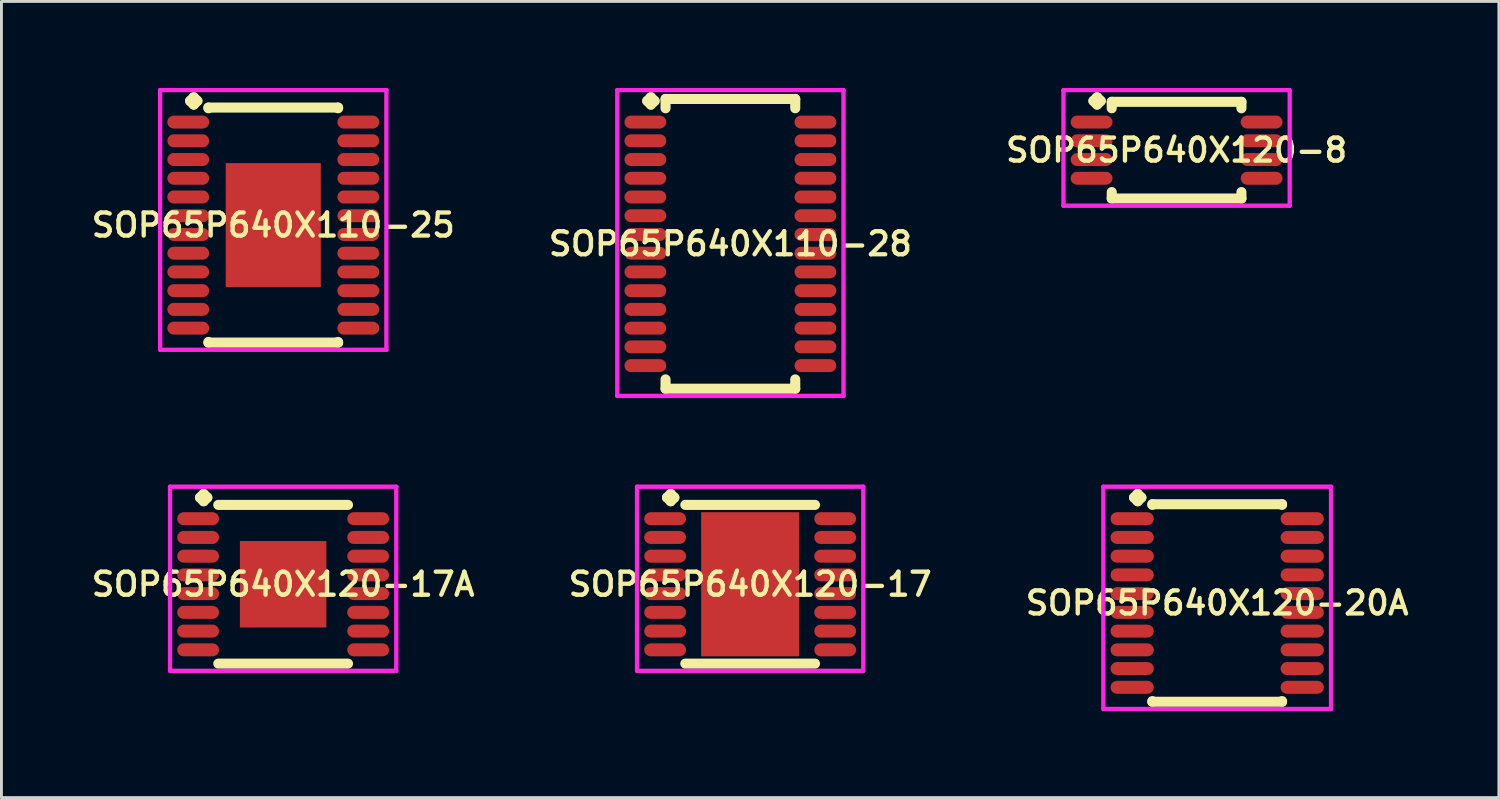
<source format=kicad_pcb>
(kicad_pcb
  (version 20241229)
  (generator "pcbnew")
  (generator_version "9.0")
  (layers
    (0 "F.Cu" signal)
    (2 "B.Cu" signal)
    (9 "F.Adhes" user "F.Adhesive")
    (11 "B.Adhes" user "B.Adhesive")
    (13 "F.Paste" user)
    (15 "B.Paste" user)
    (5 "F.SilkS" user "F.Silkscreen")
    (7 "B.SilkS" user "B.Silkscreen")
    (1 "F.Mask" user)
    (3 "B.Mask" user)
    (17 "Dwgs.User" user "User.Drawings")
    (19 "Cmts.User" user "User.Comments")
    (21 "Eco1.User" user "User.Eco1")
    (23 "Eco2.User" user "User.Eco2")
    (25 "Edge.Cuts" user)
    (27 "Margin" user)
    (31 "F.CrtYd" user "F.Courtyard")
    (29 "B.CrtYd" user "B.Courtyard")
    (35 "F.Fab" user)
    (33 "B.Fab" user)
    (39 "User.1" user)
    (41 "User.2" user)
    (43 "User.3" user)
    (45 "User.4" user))
  (footprint "SOP65P640X120-17"
    (layer "F.Cu")
    (at 22.978 17.222)
    (property "Reference" "SOP65P640X120-17" (at 0 0 0) (layer "F.SilkS") (effects (font (size 0.8 0.8) (thickness 0.15))))
    (attr smd)
    (fp_line (start -2.885 -3.008) (end -2.758 -3.135) (stroke (width 0.35) (type solid)) (layer "F.SilkS"))
    (fp_line (start -2.758 -3.135) (end -2.631 -3.008) (stroke (width 0.35) (type solid)) (layer "F.SilkS"))
    (fp_line (start -2.758 -2.881) (end -2.885 -3.008) (stroke (width 0.35) (type solid)) (layer "F.SilkS"))
    (fp_line (start -2.631 -3.008) (end -2.758 -2.881) (stroke (width 0.35) (type solid)) (layer "F.SilkS"))
    (fp_line (start -2.25 -2.754) (end 2.25 -2.754) (stroke (width 0.35) (type solid)) (layer "F.SilkS"))
    (fp_line (start -2.25 2.754) (end 2.25 2.754) (stroke (width 0.35) (type solid)) (layer "F.SilkS"))
    (fp_line (start -3.925 -3.385) (end 3.925 -3.385) (stroke (width 0.15) (type solid)) (layer "F.CrtYd"))
    (fp_line (start -3.925 3.004) (end -3.925 -3.385) (stroke (width 0.15) (type solid)) (layer "F.CrtYd"))
    (fp_line (start 3.925 -3.385) (end 3.925 3.004) (stroke (width 0.15) (type solid)) (layer "F.CrtYd"))
    (fp_line (start 3.925 3.004) (end -3.925 3.004) (stroke (width 0.15) (type solid)) (layer "F.CrtYd"))
    (pad "1" smd oval (at -2.95 -2.275) (size 1.45 0.45) (layers "F.Cu" "F.Mask" "F.Paste"))
    (pad "2" smd oval (at -2.95 -1.625) (size 1.45 0.45) (layers "F.Cu" "F.Mask" "F.Paste"))
    (pad "3" smd oval (at -2.95 -0.975) (size 1.45 0.45) (layers "F.Cu" "F.Mask" "F.Paste"))
    (pad "4" smd oval (at -2.95 -0.325) (size 1.45 0.45) (layers "F.Cu" "F.Mask" "F.Paste"))
    (pad "5" smd oval (at -2.95 0.325) (size 1.45 0.45) (layers "F.Cu" "F.Mask" "F.Paste"))
    (pad "6" smd oval (at -2.95 0.975) (size 1.45 0.45) (layers "F.Cu" "F.Mask" "F.Paste"))
    (pad "7" smd oval (at -2.95 1.625) (size 1.45 0.45) (layers "F.Cu" "F.Mask" "F.Paste"))
    (pad "8" smd oval (at -2.95 2.275) (size 1.45 0.45) (layers "F.Cu" "F.Mask" "F.Paste"))
    (pad "9" smd oval (at 2.95 2.275) (size 1.45 0.45) (layers "F.Cu" "F.Mask" "F.Paste"))
    (pad "10" smd oval (at 2.95 1.625) (size 1.45 0.45) (layers "F.Cu" "F.Mask" "F.Paste"))
    (pad "11" smd oval (at 2.95 0.975) (size 1.45 0.45) (layers "F.Cu" "F.Mask" "F.Paste"))
    (pad "12" smd oval (at 2.95 0.325) (size 1.45 0.45) (layers "F.Cu" "F.Mask" "F.Paste"))
    (pad "13" smd oval (at 2.95 -0.325) (size 1.45 0.45) (layers "F.Cu" "F.Mask" "F.Paste"))
    (pad "14" smd oval (at 2.95 -0.975) (size 1.45 0.45) (layers "F.Cu" "F.Mask" "F.Paste"))
    (pad "15" smd oval (at 2.95 -1.625) (size 1.45 0.45) (layers "F.Cu" "F.Mask" "F.Paste"))
    (pad "16" smd oval (at 2.95 -2.275) (size 1.45 0.45) (layers "F.Cu" "F.Mask" "F.Paste"))
    (pad "17" smd rect (at 0 0) (size 3.4 5) (layers "F.Cu" "F.Mask" "F.Paste")))
  (footprint "SOP65P640X120-20A"
    (layer "F.Cu")
    (at 39.182 17.872)
    (property "Reference" "SOP65P640X120-20A" (at 0 0 0) (layer "F.SilkS") (effects (font (size 0.8 0.8) (thickness 0.15))))
    (attr smd)
    (fp_line (start -2.885 -3.658) (end -2.758 -3.785) (stroke (width 0.35) (type solid)) (layer "F.SilkS"))
    (fp_line (start -2.758 -3.785) (end -2.631 -3.658) (stroke (width 0.35) (type solid)) (layer "F.SilkS"))
    (fp_line (start -2.758 -3.531) (end -2.885 -3.658) (stroke (width 0.35) (type solid)) (layer "F.SilkS"))
    (fp_line (start -2.631 -3.658) (end -2.758 -3.531) (stroke (width 0.35) (type solid)) (layer "F.SilkS"))
    (fp_line (start -2.25 -3.427) (end 2.25 -3.427) (stroke (width 0.35) (type solid)) (layer "F.SilkS"))
    (fp_line (start -2.25 -3.404) (end -2.25 -3.427) (stroke (width 0.35) (type solid)) (layer "F.SilkS"))
    (fp_line (start -2.25 3.404) (end -2.25 3.427) (stroke (width 0.35) (type solid)) (layer "F.SilkS"))
    (fp_line (start -2.25 3.427) (end 2.25 3.427) (stroke (width 0.35) (type solid)) (layer "F.SilkS"))
    (fp_line (start 2.25 -3.427) (end 2.25 -3.404) (stroke (width 0.35) (type solid)) (layer "F.SilkS"))
    (fp_line (start 2.25 3.427) (end 2.25 3.404) (stroke (width 0.35) (type solid)) (layer "F.SilkS"))
    (fp_line (start -3.95 -4.035) (end 3.95 -4.035) (stroke (width 0.15) (type solid)) (layer "F.CrtYd"))
    (fp_line (start -3.95 3.677) (end -3.95 -4.035) (stroke (width 0.15) (type solid)) (layer "F.CrtYd"))
    (fp_line (start 3.95 -4.035) (end 3.95 3.677) (stroke (width 0.15) (type solid)) (layer "F.CrtYd"))
    (fp_line (start 3.95 3.677) (end -3.95 3.677) (stroke (width 0.15) (type solid)) (layer "F.CrtYd"))
    (pad "1" smd oval (at -2.95 -2.925) (size 1.5 0.45) (layers "F.Cu" "F.Mask" "F.Paste"))
    (pad "2" smd oval (at -2.95 -2.275) (size 1.5 0.45) (layers "F.Cu" "F.Mask" "F.Paste"))
    (pad "3" smd oval (at -2.95 -1.625) (size 1.5 0.45) (layers "F.Cu" "F.Mask" "F.Paste"))
    (pad "4" smd oval (at -2.95 -0.975) (size 1.5 0.45) (layers "F.Cu" "F.Mask" "F.Paste"))
    (pad "5" smd oval (at -2.95 -0.325) (size 1.5 0.45) (layers "F.Cu" "F.Mask" "F.Paste"))
    (pad "6" smd oval (at -2.95 0.325) (size 1.5 0.45) (layers "F.Cu" "F.Mask" "F.Paste"))
    (pad "7" smd oval (at -2.95 0.975) (size 1.5 0.45) (layers "F.Cu" "F.Mask" "F.Paste"))
    (pad "8" smd oval (at -2.95 1.625) (size 1.5 0.45) (layers "F.Cu" "F.Mask" "F.Paste"))
    (pad "9" smd oval (at -2.95 2.275) (size 1.5 0.45) (layers "F.Cu" "F.Mask" "F.Paste"))
    (pad "10" smd oval (at -2.95 2.925) (size 1.5 0.45) (layers "F.Cu" "F.Mask" "F.Paste"))
    (pad "11" smd oval (at 2.95 2.925) (size 1.5 0.45) (layers "F.Cu" "F.Mask" "F.Paste"))
    (pad "12" smd oval (at 2.95 2.275) (size 1.5 0.45) (layers "F.Cu" "F.Mask" "F.Paste"))
    (pad "13" smd oval (at 2.95 1.625) (size 1.5 0.45) (layers "F.Cu" "F.Mask" "F.Paste"))
    (pad "14" smd oval (at 2.95 0.975) (size 1.5 0.45) (layers "F.Cu" "F.Mask" "F.Paste"))
    (pad "15" smd oval (at 2.95 0.325) (size 1.5 0.45) (layers "F.Cu" "F.Mask" "F.Paste"))
    (pad "16" smd oval (at 2.95 -0.325) (size 1.5 0.45) (layers "F.Cu" "F.Mask" "F.Paste"))
    (pad "17" smd oval (at 2.95 -0.975) (size 1.5 0.45) (layers "F.Cu" "F.Mask" "F.Paste"))
    (pad "18" smd oval (at 2.95 -1.625) (size 1.5 0.45) (layers "F.Cu" "F.Mask" "F.Paste"))
    (pad "19" smd oval (at 2.95 -2.275) (size 1.5 0.45) (layers "F.Cu" "F.Mask" "F.Paste"))
    (pad "20" smd oval (at 2.95 -2.925) (size 1.5 0.45) (layers "F.Cu" "F.Mask" "F.Paste")))
  (footprint "SOP65P640X120-8"
    (layer "F.Cu")
    (at 37.773 2.16)
    (property "Reference" "SOP65P640X120-8" (at 0 0 0) (layer "F.SilkS") (effects (font (size 0.8 0.8) (thickness 0.15))))
    (attr smd)
    (fp_line (start -2.885 -1.708) (end -2.758 -1.835) (stroke (width 0.35) (type solid)) (layer "F.SilkS"))
    (fp_line (start -2.758 -1.835) (end -2.631 -1.708) (stroke (width 0.35) (type solid)) (layer "F.SilkS"))
    (fp_line (start -2.758 -1.581) (end -2.885 -1.708) (stroke (width 0.35) (type solid)) (layer "F.SilkS"))
    (fp_line (start -2.631 -1.708) (end -2.758 -1.581) (stroke (width 0.35) (type solid)) (layer "F.SilkS"))
    (fp_line (start -2.25 -1.677) (end 2.25 -1.677) (stroke (width 0.35) (type solid)) (layer "F.SilkS"))
    (fp_line (start -2.25 -1.454) (end -2.25 -1.677) (stroke (width 0.35) (type solid)) (layer "F.SilkS"))
    (fp_line (start -2.25 1.454) (end -2.25 1.677) (stroke (width 0.35) (type solid)) (layer "F.SilkS"))
    (fp_line (start -2.25 1.677) (end 2.25 1.677) (stroke (width 0.35) (type solid)) (layer "F.SilkS"))
    (fp_line (start 2.25 -1.677) (end 2.25 -1.454) (stroke (width 0.35) (type solid)) (layer "F.SilkS"))
    (fp_line (start 2.25 1.677) (end 2.25 1.454) (stroke (width 0.35) (type solid)) (layer "F.SilkS"))
    (fp_line (start -3.925 -2.085) (end 3.925 -2.085) (stroke (width 0.15) (type solid)) (layer "F.CrtYd"))
    (fp_line (start -3.925 1.927) (end -3.925 -2.085) (stroke (width 0.15) (type solid)) (layer "F.CrtYd"))
    (fp_line (start 3.925 -2.085) (end 3.925 1.927) (stroke (width 0.15) (type solid)) (layer "F.CrtYd"))
    (fp_line (start 3.925 1.927) (end -3.925 1.927) (stroke (width 0.15) (type solid)) (layer "F.CrtYd"))
    (pad "1" smd oval (at -2.95 -0.975) (size 1.45 0.45) (layers "F.Cu" "F.Mask" "F.Paste"))
    (pad "2" smd oval (at -2.95 -0.325) (size 1.45 0.45) (layers "F.Cu" "F.Mask" "F.Paste"))
    (pad "3" smd oval (at -2.95 0.325) (size 1.45 0.45) (layers "F.Cu" "F.Mask" "F.Paste"))
    (pad "4" smd oval (at -2.95 0.975) (size 1.45 0.45) (layers "F.Cu" "F.Mask" "F.Paste"))
    (pad "5" smd oval (at 2.95 0.975) (size 1.45 0.45) (layers "F.Cu" "F.Mask" "F.Paste"))
    (pad "6" smd oval (at 2.95 0.325) (size 1.45 0.45) (layers "F.Cu" "F.Mask" "F.Paste"))
    (pad "7" smd oval (at 2.95 -0.325) (size 1.45 0.45) (layers "F.Cu" "F.Mask" "F.Paste"))
    (pad "8" smd oval (at 2.95 -0.975) (size 1.45 0.45) (layers "F.Cu" "F.Mask" "F.Paste")))
  (footprint "SOP65P640X110-25"
    (layer "F.Cu")
    (at 6.431 4.76)
    (property "Reference" "SOP65P640X110-25" (at 0 0 0) (layer "F.SilkS") (effects (font (size 0.8 0.8) (thickness 0.15))))
    (attr smd)
    (fp_line (start -2.885 -4.308) (end -2.758 -4.435) (stroke (width 0.35) (type solid)) (layer "F.SilkS"))
    (fp_line (start -2.758 -4.435) (end -2.631 -4.308) (stroke (width 0.35) (type solid)) (layer "F.SilkS"))
    (fp_line (start -2.758 -4.181) (end -2.885 -4.308) (stroke (width 0.35) (type solid)) (layer "F.SilkS"))
    (fp_line (start -2.631 -4.308) (end -2.758 -4.181) (stroke (width 0.35) (type solid)) (layer "F.SilkS"))
    (fp_line (start -2.25 -4.077) (end 2.25 -4.077) (stroke (width 0.35) (type solid)) (layer "F.SilkS"))
    (fp_line (start -2.25 -4.054) (end -2.25 -4.077) (stroke (width 0.35) (type solid)) (layer "F.SilkS"))
    (fp_line (start -2.25 4.054) (end -2.25 4.077) (stroke (width 0.35) (type solid)) (layer "F.SilkS"))
    (fp_line (start -2.25 4.077) (end 2.25 4.077) (stroke (width 0.35) (type solid)) (layer "F.SilkS"))
    (fp_line (start 2.25 -4.077) (end 2.25 -4.054) (stroke (width 0.35) (type solid)) (layer "F.SilkS"))
    (fp_line (start 2.25 4.077) (end 2.25 4.054) (stroke (width 0.35) (type solid)) (layer "F.SilkS"))
    (fp_line (start -3.925 -4.685) (end 3.925 -4.685) (stroke (width 0.15) (type solid)) (layer "F.CrtYd"))
    (fp_line (start -3.925 4.327) (end -3.925 -4.685) (stroke (width 0.15) (type solid)) (layer "F.CrtYd"))
    (fp_line (start 3.925 -4.685) (end 3.925 4.327) (stroke (width 0.15) (type solid)) (layer "F.CrtYd"))
    (fp_line (start 3.925 4.327) (end -3.925 4.327) (stroke (width 0.15) (type solid)) (layer "F.CrtYd"))
    (pad "1" smd oval (at -2.95 -3.575) (size 1.45 0.45) (layers "F.Cu" "F.Mask" "F.Paste"))
    (pad "2" smd oval (at -2.95 -2.925) (size 1.45 0.45) (layers "F.Cu" "F.Mask" "F.Paste"))
    (pad "3" smd oval (at -2.95 -2.275) (size 1.45 0.45) (layers "F.Cu" "F.Mask" "F.Paste"))
    (pad "4" smd oval (at -2.95 -1.625) (size 1.45 0.45) (layers "F.Cu" "F.Mask" "F.Paste"))
    (pad "5" smd oval (at -2.95 -0.975) (size 1.45 0.45) (layers "F.Cu" "F.Mask" "F.Paste"))
    (pad "6" smd oval (at -2.95 -0.325) (size 1.45 0.45) (layers "F.Cu" "F.Mask" "F.Paste"))
    (pad "7" smd oval (at -2.95 0.325) (size 1.45 0.45) (layers "F.Cu" "F.Mask" "F.Paste"))
    (pad "8" smd oval (at -2.95 0.975) (size 1.45 0.45) (layers "F.Cu" "F.Mask" "F.Paste"))
    (pad "9" smd oval (at -2.95 1.625) (size 1.45 0.45) (layers "F.Cu" "F.Mask" "F.Paste"))
    (pad "10" smd oval (at -2.95 2.275) (size 1.45 0.45) (layers "F.Cu" "F.Mask" "F.Paste"))
    (pad "11" smd oval (at -2.95 2.925) (size 1.45 0.45) (layers "F.Cu" "F.Mask" "F.Paste"))
    (pad "12" smd oval (at -2.95 3.575) (size 1.45 0.45) (layers "F.Cu" "F.Mask" "F.Paste"))
    (pad "13" smd oval (at 2.95 3.575) (size 1.45 0.45) (layers "F.Cu" "F.Mask" "F.Paste"))
    (pad "14" smd oval (at 2.95 2.925) (size 1.45 0.45) (layers "F.Cu" "F.Mask" "F.Paste"))
    (pad "15" smd oval (at 2.95 2.275) (size 1.45 0.45) (layers "F.Cu" "F.Mask" "F.Paste"))
    (pad "16" smd oval (at 2.95 1.625) (size 1.45 0.45) (layers "F.Cu" "F.Mask" "F.Paste"))
    (pad "17" smd oval (at 2.95 0.975) (size 1.45 0.45) (layers "F.Cu" "F.Mask" "F.Paste"))
    (pad "18" smd oval (at 2.95 0.325) (size 1.45 0.45) (layers "F.Cu" "F.Mask" "F.Paste"))
    (pad "19" smd oval (at 2.95 -0.325) (size 1.45 0.45) (layers "F.Cu" "F.Mask" "F.Paste"))
    (pad "20" smd oval (at 2.95 -0.975) (size 1.45 0.45) (layers "F.Cu" "F.Mask" "F.Paste"))
    (pad "21" smd oval (at 2.95 -1.625) (size 1.45 0.45) (layers "F.Cu" "F.Mask" "F.Paste"))
    (pad "22" smd oval (at 2.95 -2.275) (size 1.45 0.45) (layers "F.Cu" "F.Mask" "F.Paste"))
    (pad "23" smd oval (at 2.95 -2.925) (size 1.45 0.45) (layers "F.Cu" "F.Mask" "F.Paste"))
    (pad "24" smd oval (at 2.95 -3.575) (size 1.45 0.45) (layers "F.Cu" "F.Mask" "F.Paste"))
    (pad "25" smd rect (at 0 0) (size 3.3 4.3) (layers "F.Cu" "F.Mask" "F.Paste")))
  (footprint "SOP65P640X110-28"
    (layer "F.Cu")
    (at 22.292 5.41)
    (property "Reference" "SOP65P640X110-28" (at 0 0 0) (layer "F.SilkS") (effects (font (size 0.8 0.8) (thickness 0.15))))
    (attr smd)
    (fp_line (start -2.885 -4.958) (end -2.758 -5.085) (stroke (width 0.35) (type solid)) (layer "F.SilkS"))
    (fp_line (start -2.758 -5.085) (end -2.631 -4.958) (stroke (width 0.35) (type solid)) (layer "F.SilkS"))
    (fp_line (start -2.758 -4.831) (end -2.885 -4.958) (stroke (width 0.35) (type solid)) (layer "F.SilkS"))
    (fp_line (start -2.631 -4.958) (end -2.758 -4.831) (stroke (width 0.35) (type solid)) (layer "F.SilkS"))
    (fp_line (start -2.25 -5.027) (end 2.25 -5.027) (stroke (width 0.35) (type solid)) (layer "F.SilkS"))
    (fp_line (start -2.25 -4.704) (end -2.25 -5.027) (stroke (width 0.35) (type solid)) (layer "F.SilkS"))
    (fp_line (start -2.25 4.704) (end -2.25 5.027) (stroke (width 0.35) (type solid)) (layer "F.SilkS"))
    (fp_line (start -2.25 5.027) (end 2.25 5.027) (stroke (width 0.35) (type solid)) (layer "F.SilkS"))
    (fp_line (start 2.25 -5.027) (end 2.25 -4.704) (stroke (width 0.35) (type solid)) (layer "F.SilkS"))
    (fp_line (start 2.25 5.027) (end 2.25 4.704) (stroke (width 0.35) (type solid)) (layer "F.SilkS"))
    (fp_line (start -3.925 -5.335) (end 3.925 -5.335) (stroke (width 0.15) (type solid)) (layer "F.CrtYd"))
    (fp_line (start -3.925 5.277) (end -3.925 -5.335) (stroke (width 0.15) (type solid)) (layer "F.CrtYd"))
    (fp_line (start 3.925 -5.335) (end 3.925 5.277) (stroke (width 0.15) (type solid)) (layer "F.CrtYd"))
    (fp_line (start 3.925 5.277) (end -3.925 5.277) (stroke (width 0.15) (type solid)) (layer "F.CrtYd"))
    (pad "1" smd oval (at -2.95 -4.225) (size 1.45 0.45) (layers "F.Cu" "F.Mask" "F.Paste"))
    (pad "2" smd oval (at -2.95 -3.575) (size 1.45 0.45) (layers "F.Cu" "F.Mask" "F.Paste"))
    (pad "3" smd oval (at -2.95 -2.925) (size 1.45 0.45) (layers "F.Cu" "F.Mask" "F.Paste"))
    (pad "4" smd oval (at -2.95 -2.275) (size 1.45 0.45) (layers "F.Cu" "F.Mask" "F.Paste"))
    (pad "5" smd oval (at -2.95 -1.625) (size 1.45 0.45) (layers "F.Cu" "F.Mask" "F.Paste"))
    (pad "6" smd oval (at -2.95 -0.975) (size 1.45 0.45) (layers "F.Cu" "F.Mask" "F.Paste"))
    (pad "7" smd oval (at -2.95 -0.325) (size 1.45 0.45) (layers "F.Cu" "F.Mask" "F.Paste"))
    (pad "8" smd oval (at -2.95 0.325) (size 1.45 0.45) (layers "F.Cu" "F.Mask" "F.Paste"))
    (pad "9" smd oval (at -2.95 0.975) (size 1.45 0.45) (layers "F.Cu" "F.Mask" "F.Paste"))
    (pad "10" smd oval (at -2.95 1.625) (size 1.45 0.45) (layers "F.Cu" "F.Mask" "F.Paste"))
    (pad "11" smd oval (at -2.95 2.275) (size 1.45 0.45) (layers "F.Cu" "F.Mask" "F.Paste"))
    (pad "12" smd oval (at -2.95 2.925) (size 1.45 0.45) (layers "F.Cu" "F.Mask" "F.Paste"))
    (pad "13" smd oval (at -2.95 3.575) (size 1.45 0.45) (layers "F.Cu" "F.Mask" "F.Paste"))
    (pad "14" smd oval (at -2.95 4.225) (size 1.45 0.45) (layers "F.Cu" "F.Mask" "F.Paste"))
    (pad "15" smd oval (at 2.95 4.225) (size 1.45 0.45) (layers "F.Cu" "F.Mask" "F.Paste"))
    (pad "16" smd oval (at 2.95 3.575) (size 1.45 0.45) (layers "F.Cu" "F.Mask" "F.Paste"))
    (pad "17" smd oval (at 2.95 2.925) (size 1.45 0.45) (layers "F.Cu" "F.Mask" "F.Paste"))
    (pad "18" smd oval (at 2.95 2.275) (size 1.45 0.45) (layers "F.Cu" "F.Mask" "F.Paste"))
    (pad "19" smd oval (at 2.95 1.625) (size 1.45 0.45) (layers "F.Cu" "F.Mask" "F.Paste"))
    (pad "20" smd oval (at 2.95 0.975) (size 1.45 0.45) (layers "F.Cu" "F.Mask" "F.Paste"))
    (pad "21" smd oval (at 2.95 0.325) (size 1.45 0.45) (layers "F.Cu" "F.Mask" "F.Paste"))
    (pad "22" smd oval (at 2.95 -0.325) (size 1.45 0.45) (layers "F.Cu" "F.Mask" "F.Paste"))
    (pad "23" smd oval (at 2.95 -0.975) (size 1.45 0.45) (layers "F.Cu" "F.Mask" "F.Paste"))
    (pad "24" smd oval (at 2.95 -1.625) (size 1.45 0.45) (layers "F.Cu" "F.Mask" "F.Paste"))
    (pad "25" smd oval (at 2.95 -2.275) (size 1.45 0.45) (layers "F.Cu" "F.Mask" "F.Paste"))
    (pad "26" smd oval (at 2.95 -2.925) (size 1.45 0.45) (layers "F.Cu" "F.Mask" "F.Paste"))
    (pad "27" smd oval (at 2.95 -3.575) (size 1.45 0.45) (layers "F.Cu" "F.Mask" "F.Paste"))
    (pad "28" smd oval (at 2.95 -4.225) (size 1.45 0.45) (layers "F.Cu" "F.Mask" "F.Paste")))
  (footprint "SOP65P640X120-17A"
    (layer "F.Cu")
    (at 6.774 17.222)
    (property "Reference" "SOP65P640X120-17A" (at 0 0 0) (layer "F.SilkS") (effects (font (size 0.8 0.8) (thickness 0.15))))
    (attr through_hole)
    (fp_line (start -2.885 -3.008) (end -2.758 -3.135) (stroke (width 0.35) (type solid)) (layer "F.SilkS"))
    (fp_line (start -2.758 -3.135) (end -2.631 -3.008) (stroke (width 0.35) (type solid)) (layer "F.SilkS"))
    (fp_line (start -2.758 -2.881) (end -2.885 -3.008) (stroke (width 0.35) (type solid)) (layer "F.SilkS"))
    (fp_line (start -2.631 -3.008) (end -2.758 -2.881) (stroke (width 0.35) (type solid)) (layer "F.SilkS"))
    (fp_line (start -2.25 -2.754) (end 2.25 -2.754) (stroke (width 0.35) (type solid)) (layer "F.SilkS"))
    (fp_line (start -2.25 2.754) (end 2.25 2.754) (stroke (width 0.35) (type solid)) (layer "F.SilkS"))
    (fp_line (start -3.925 -3.385) (end 3.925 -3.385) (stroke (width 0.15) (type solid)) (layer "F.CrtYd"))
    (fp_line (start -3.925 3.004) (end -3.925 -3.385) (stroke (width 0.15) (type solid)) (layer "F.CrtYd"))
    (fp_line (start 3.925 -3.385) (end 3.925 3.004) (stroke (width 0.15) (type solid)) (layer "F.CrtYd"))
    (fp_line (start 3.925 3.004) (end -3.925 3.004) (stroke (width 0.15) (type solid)) (layer "F.CrtYd"))
    (pad "1" smd oval (at -2.95 -2.275) (size 1.45 0.45) (layers "F.Cu" "F.Mask" "F.Paste"))
    (pad "2" smd oval (at -2.95 -1.625) (size 1.45 0.45) (layers "F.Cu" "F.Mask" "F.Paste"))
    (pad "3" smd oval (at -2.95 -0.975) (size 1.45 0.45) (layers "F.Cu" "F.Mask" "F.Paste"))
    (pad "4" smd oval (at -2.95 -0.325) (size 1.45 0.45) (layers "F.Cu" "F.Mask" "F.Paste"))
    (pad "5" smd oval (at -2.95 0.325) (size 1.45 0.45) (layers "F.Cu" "F.Mask" "F.Paste"))
    (pad "6" smd oval (at -2.95 0.975) (size 1.45 0.45) (layers "F.Cu" "F.Mask" "F.Paste"))
    (pad "7" smd oval (at -2.95 1.625) (size 1.45 0.45) (layers "F.Cu" "F.Mask" "F.Paste"))
    (pad "8" smd oval (at -2.95 2.275) (size 1.45 0.45) (layers "F.Cu" "F.Mask" "F.Paste"))
    (pad "9" smd oval (at 2.95 2.275) (size 1.45 0.45) (layers "F.Cu" "F.Mask" "F.Paste"))
    (pad "10" smd oval (at 2.95 1.625) (size 1.45 0.45) (layers "F.Cu" "F.Mask" "F.Paste"))
    (pad "11" smd oval (at 2.95 0.975) (size 1.45 0.45) (layers "F.Cu" "F.Mask" "F.Paste"))
    (pad "12" smd oval (at 2.95 0.325) (size 1.45 0.45) (layers "F.Cu" "F.Mask" "F.Paste"))
    (pad "13" smd oval (at 2.95 -0.325) (size 1.45 0.45) (layers "F.Cu" "F.Mask" "F.Paste"))
    (pad "14" smd oval (at 2.95 -0.975) (size 1.45 0.45) (layers "F.Cu" "F.Mask" "F.Paste"))
    (pad "15" smd oval (at 2.95 -1.625) (size 1.45 0.45) (layers "F.Cu" "F.Mask" "F.Paste"))
    (pad "16" smd oval (at 2.95 -2.275) (size 1.45 0.45) (layers "F.Cu" "F.Mask" "F.Paste"))
    (pad "17" smd rect (at 0 0) (size 3 3) (layers "F.Cu" "F.Mask" "F.Paste")))
  (gr_rect
    (start -3 -3)
    (end 48.956 24.624)
    (stroke (width 0.1) (type default))
    (fill no)
    (layer "Edge.Cuts")))
</source>
